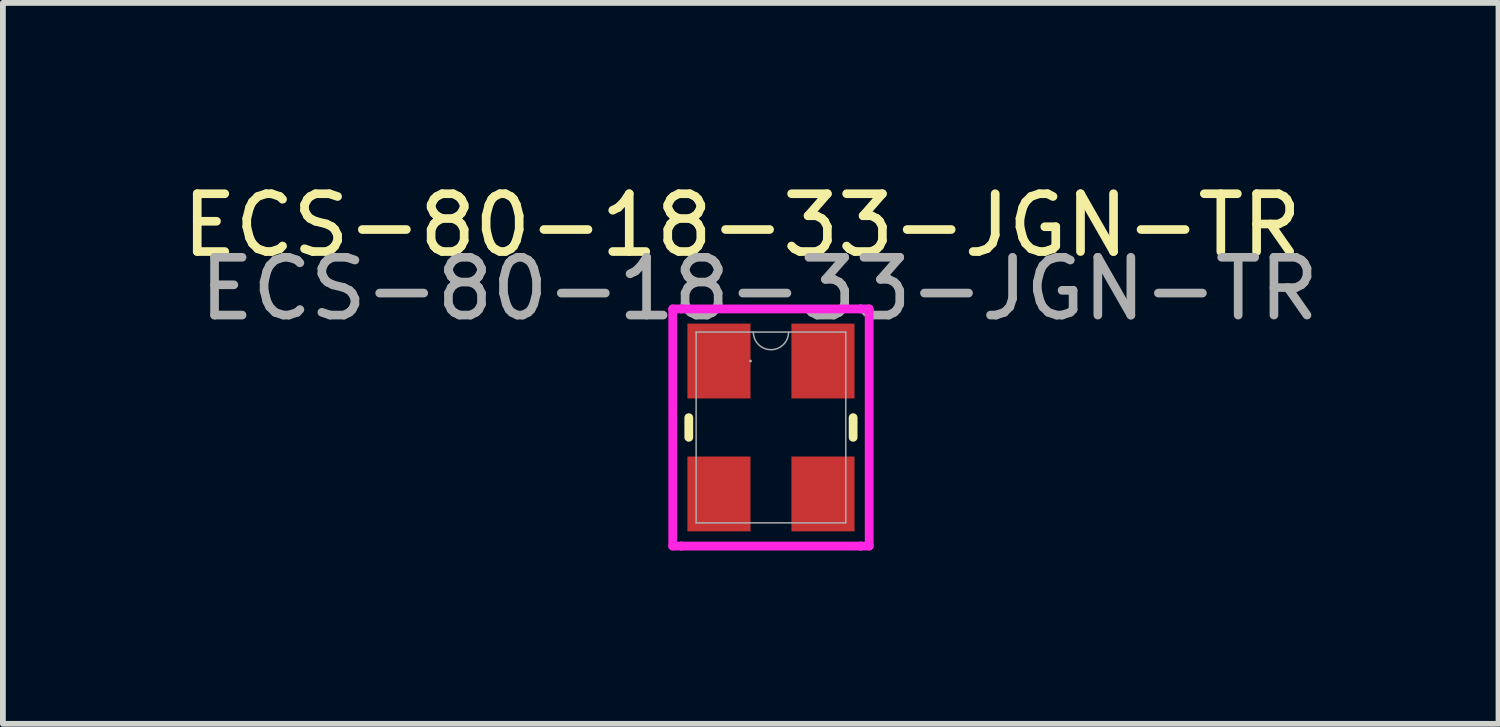
<source format=kicad_pcb>
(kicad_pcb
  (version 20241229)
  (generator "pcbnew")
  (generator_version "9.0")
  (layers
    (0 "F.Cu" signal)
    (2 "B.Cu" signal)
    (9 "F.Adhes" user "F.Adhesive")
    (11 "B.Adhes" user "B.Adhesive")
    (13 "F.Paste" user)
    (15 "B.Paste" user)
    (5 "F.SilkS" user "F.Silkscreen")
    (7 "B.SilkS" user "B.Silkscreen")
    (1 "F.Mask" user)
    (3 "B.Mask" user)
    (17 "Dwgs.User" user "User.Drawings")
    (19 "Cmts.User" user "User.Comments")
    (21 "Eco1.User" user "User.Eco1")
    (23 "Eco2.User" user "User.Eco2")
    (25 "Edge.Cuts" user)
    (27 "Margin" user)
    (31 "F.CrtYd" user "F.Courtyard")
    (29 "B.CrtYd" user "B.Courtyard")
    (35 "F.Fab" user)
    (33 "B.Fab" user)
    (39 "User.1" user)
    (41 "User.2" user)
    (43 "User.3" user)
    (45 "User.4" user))
  (footprint "ECS-80-18-33-JGN-TR"
    (layer "F.Cu")
    (at 10.292 4.348)
    (property "Reference" "ECS-80-18-33-JGN-TR" (at -0.5 -3.5 0) (unlocked yes) (layer "F.SilkS") (effects (font (size 1 1) (thickness 0.15))))
    (attr smd)
    (fp_line (start -1.422 -0.17) (end -1.422 0.17) (stroke (width 0.152) (type solid)) (layer "F.SilkS"))
    (fp_line (start 1.422 0.17) (end 1.422 -0.17) (stroke (width 0.152) (type solid)) (layer "F.SilkS"))
    (fp_line (start -1.7 -2.052) (end -1.549 -2.052) (stroke (width 0.152) (type solid)) (layer "F.CrtYd"))
    (fp_line (start -1.7 2.052) (end -1.7 -2.052) (stroke (width 0.152) (type solid)) (layer "F.CrtYd"))
    (fp_line (start -1.7 2.052) (end -1.549 2.052) (stroke (width 0.152) (type solid)) (layer "F.CrtYd"))
    (fp_line (start -1.549 -2.052) (end -1.549 -2.052) (stroke (width 0.152) (type solid)) (layer "F.CrtYd"))
    (fp_line (start -1.549 -2.052) (end 1.549 -2.052) (stroke (width 0.152) (type solid)) (layer "F.CrtYd"))
    (fp_line (start -1.549 2.052) (end -1.549 2.052) (stroke (width 0.152) (type solid)) (layer "F.CrtYd"))
    (fp_line (start 1.549 -2.052) (end 1.549 -2.052) (stroke (width 0.152) (type solid)) (layer "F.CrtYd"))
    (fp_line (start 1.549 2.052) (end -1.549 2.052) (stroke (width 0.152) (type solid)) (layer "F.CrtYd"))
    (fp_line (start 1.549 2.052) (end 1.549 2.052) (stroke (width 0.152) (type solid)) (layer "F.CrtYd"))
    (fp_line (start 1.7 -2.052) (end 1.549 -2.052) (stroke (width 0.152) (type solid)) (layer "F.CrtYd"))
    (fp_line (start 1.7 -2.052) (end 1.7 2.052) (stroke (width 0.152) (type solid)) (layer "F.CrtYd"))
    (fp_line (start 1.7 2.052) (end 1.549 2.052) (stroke (width 0.152) (type solid)) (layer "F.CrtYd"))
    (fp_line (start -1.295 -1.651) (end -1.295 1.651) (stroke (width 0.025) (type solid)) (layer "F.Fab"))
    (fp_line (start -1.295 1.651) (end 1.295 1.651) (stroke (width 0.025) (type solid)) (layer "F.Fab"))
    (fp_line (start 1.295 -1.651) (end -1.295 -1.651) (stroke (width 0.025) (type solid)) (layer "F.Fab"))
    (fp_line (start 1.295 1.651) (end 1.295 -1.651) (stroke (width 0.025) (type solid)) (layer "F.Fab"))
    (fp_arc (start 0.3048 -1.651) (mid 0 -1.3462) (end -0.3048 -1.651) (stroke (width 0.0254) (type solid)) (layer "F.Fab"))
    (fp_circle (center -0.354 -1.15) (end -0.354 -1.15) (stroke (width 0.025) (type solid)) (fill no) (layer "F.Fab"))
    (fp_text user "${REFERENCE}" (at -0.2 -2.4 0) (unlocked yes) (layer "F.Fab") (effects (font (size 1 1) (thickness 0.15))))
    (pad "1" smd rect (at -0.9 -1.15) (size 1.092 1.295) (layers "F.Cu" "F.Mask" "F.Paste"))
    (pad "2" smd rect (at -0.9 1.15) (size 1.092 1.295) (layers "F.Cu" "F.Mask" "F.Paste"))
    (pad "3" smd rect (at 0.9 1.15) (size 1.092 1.295) (layers "F.Cu" "F.Mask" "F.Paste"))
    (pad "4" smd rect (at 0.9 -1.15) (size 1.092 1.295) (layers "F.Cu" "F.Mask" "F.Paste")))
  (gr_rect
    (start -3 -3)
    (end 22.883 9.476)
    (stroke (width 0.1) (type default))
    (fill no)
    (layer "Edge.Cuts")))
</source>
